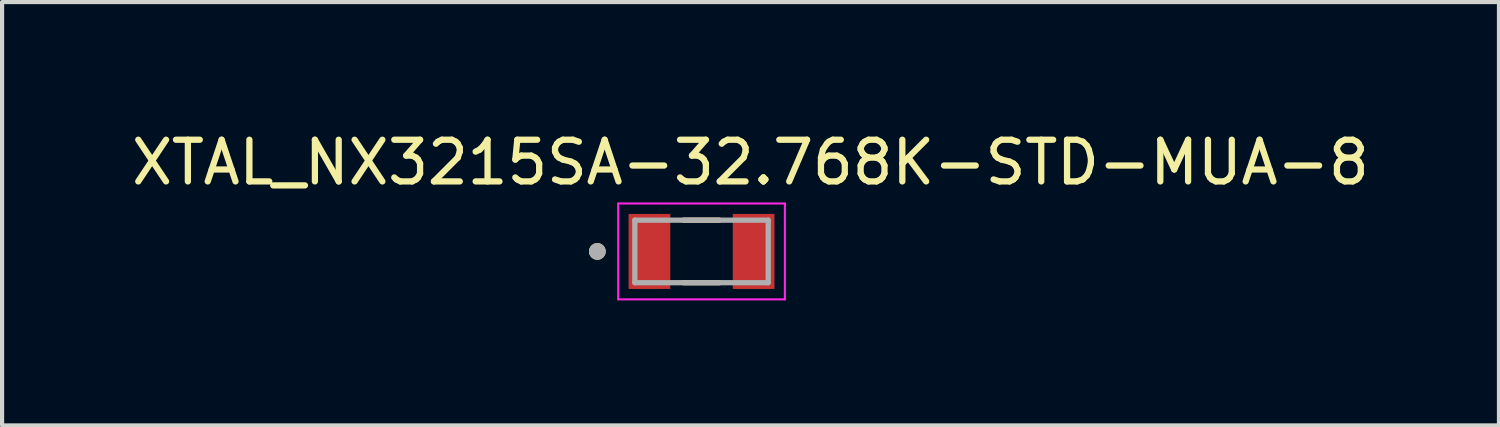
<source format=kicad_pcb>
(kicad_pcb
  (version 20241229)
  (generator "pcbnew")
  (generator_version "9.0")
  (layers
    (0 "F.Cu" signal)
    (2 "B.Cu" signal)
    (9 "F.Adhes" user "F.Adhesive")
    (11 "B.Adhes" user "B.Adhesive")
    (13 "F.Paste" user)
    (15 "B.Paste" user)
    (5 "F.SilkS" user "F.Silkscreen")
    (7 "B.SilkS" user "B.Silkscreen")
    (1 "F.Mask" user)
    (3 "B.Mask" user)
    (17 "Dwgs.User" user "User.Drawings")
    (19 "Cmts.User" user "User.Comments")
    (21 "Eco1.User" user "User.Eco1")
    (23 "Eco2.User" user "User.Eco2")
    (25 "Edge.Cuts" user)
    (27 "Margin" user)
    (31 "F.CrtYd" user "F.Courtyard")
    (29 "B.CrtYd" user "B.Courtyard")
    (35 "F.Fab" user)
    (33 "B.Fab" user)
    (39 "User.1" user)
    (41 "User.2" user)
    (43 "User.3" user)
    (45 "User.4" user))
  (footprint "XTAL_NX3215SA-32.768K-STD-MUA-8"
    (layer "F.Cu")
    (at 13.783 2.983)
    (property "Reference" "XTAL_NX3215SA-32.768K-STD-MUA-8" (at 1.175 -2.135 0) (layer "F.SilkS") (effects (font (size 1 1) (thickness 0.15))))
    (attr smd)
    (fp_line (start -0.43 -0.75) (end 0.43 -0.75) (stroke (width 0.127) (type solid)) (layer "F.SilkS"))
    (fp_line (start -0.43 0.75) (end 0.43 0.75) (stroke (width 0.127) (type solid)) (layer "F.SilkS"))
    (fp_circle (center -2.5 0) (end -2.4 0) (stroke (width 0.2) (type solid)) (fill no) (layer "F.SilkS"))
    (fp_line (start -2 -1.15) (end -2 1.15) (stroke (width 0.05) (type solid)) (layer "F.CrtYd"))
    (fp_line (start -2 1.15) (end 2 1.15) (stroke (width 0.05) (type solid)) (layer "F.CrtYd"))
    (fp_line (start 2 -1.15) (end -2 -1.15) (stroke (width 0.05) (type solid)) (layer "F.CrtYd"))
    (fp_line (start 2 1.15) (end 2 -1.15) (stroke (width 0.05) (type solid)) (layer "F.CrtYd"))
    (fp_line (start -1.6 -0.75) (end 1.6 -0.75) (stroke (width 0.127) (type solid)) (layer "F.Fab"))
    (fp_line (start -1.6 0.75) (end -1.6 -0.75) (stroke (width 0.127) (type solid)) (layer "F.Fab"))
    (fp_line (start 1.6 -0.75) (end 1.6 0.75) (stroke (width 0.127) (type solid)) (layer "F.Fab"))
    (fp_line (start 1.6 0.75) (end -1.6 0.75) (stroke (width 0.127) (type solid)) (layer "F.Fab"))
    (fp_circle (center -2.5 0) (end -2.4 0) (stroke (width 0.2) (type solid)) (fill no) (layer "F.Fab"))
    (pad "1" smd rect (at -1.25 0) (size 1 1.8) (layers "F.Cu" "F.Mask" "F.Paste"))
    (pad "2" smd rect (at 1.25 0) (size 1 1.8) (layers "F.Cu" "F.Mask" "F.Paste")))
  (gr_rect
    (start -3 -3)
    (end 32.917 7.158)
    (stroke (width 0.1) (type default))
    (fill no)
    (layer "Edge.Cuts")))
</source>
